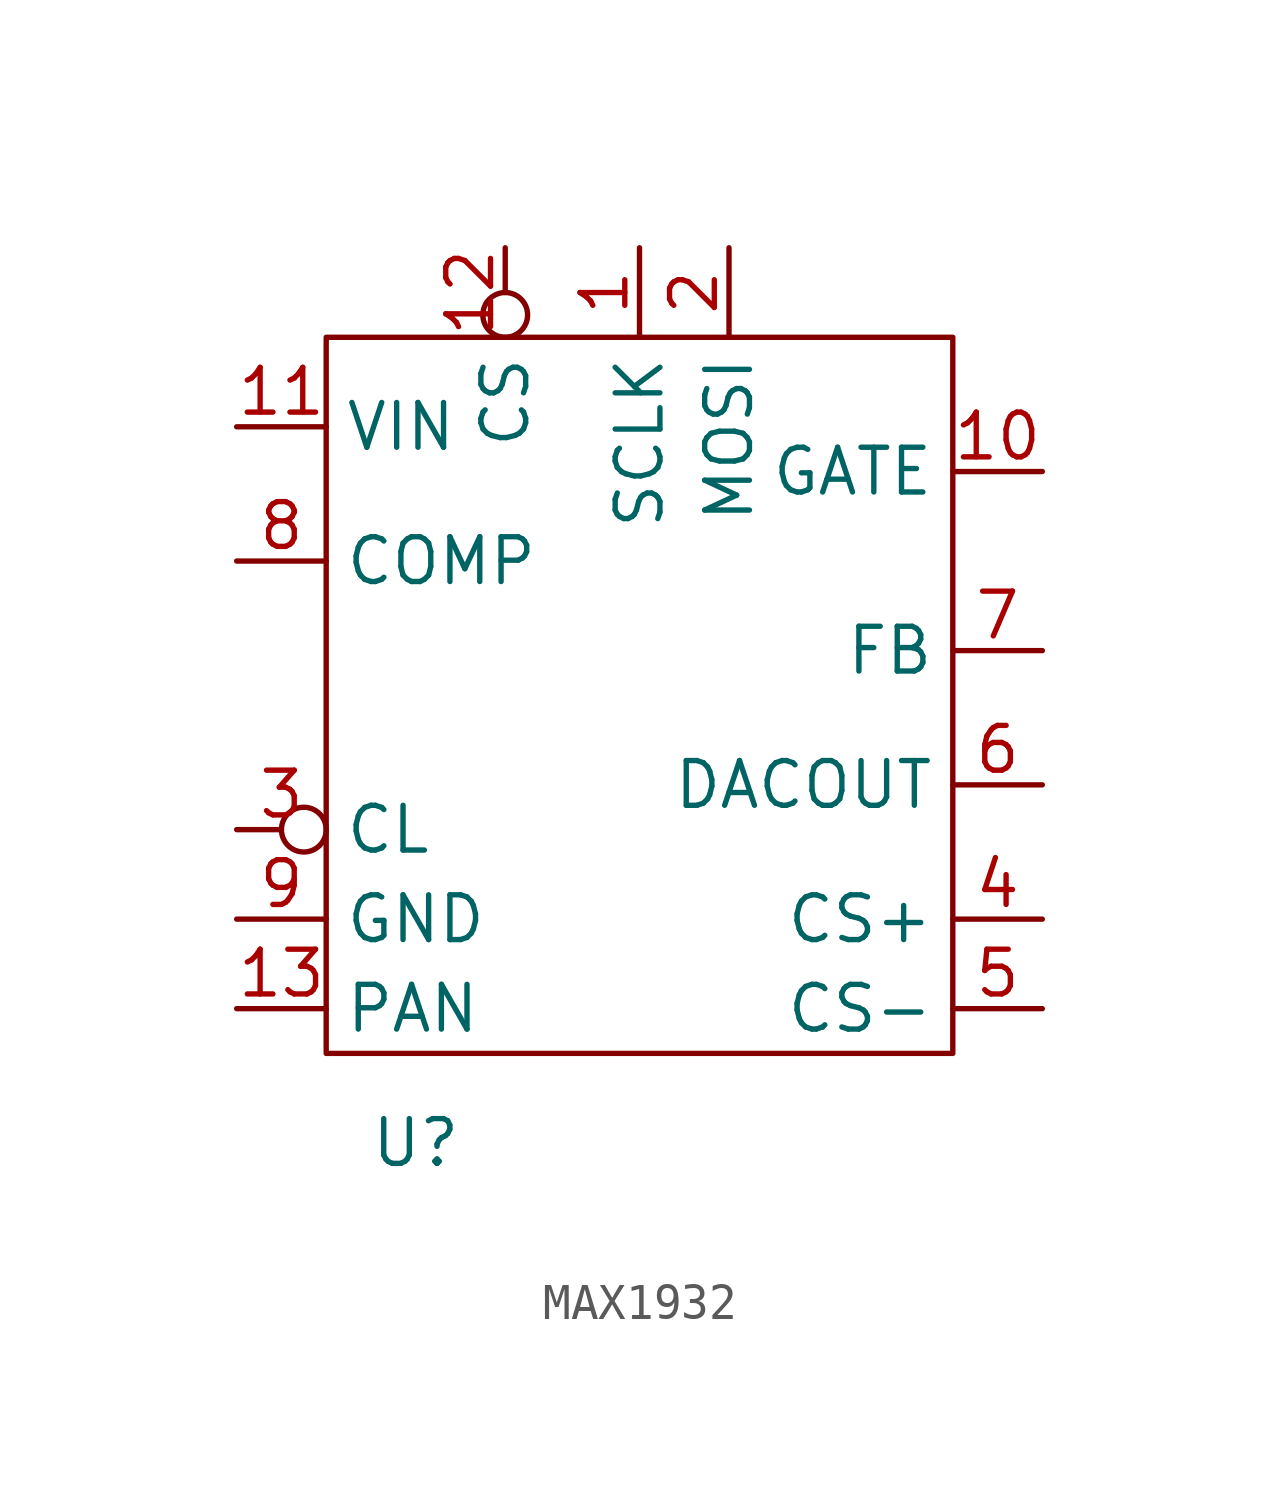
<source format=kicad_sym>
(kicad_symbol_lib
  (version 20220914)
  (generator kicad_symbol_editor)
  (symbol "MAX1932"
    (property "Reference" "U"
      (at -6.35 -12.7 0)
      (effects (font (size 1.27 1.27))))
    (property "Value" ""
      (at -2.54 0 0)
      (effects (font (size 1.27 1.27))))
    (symbol "MAX1932_0_1"
      (rectangle (start -8.89 10.16) (end 8.89 -10.16) (stroke (width 0) (type default)) (fill (type none))))
    (symbol "MAX1932_1_1"
      (pin input line (at 0 12.7 270) (length 2.54) (name "SCLK" (effects (font (size 1.27 1.27)))) (number "1" (effects (font (size 1.27 1.27)))))
      (pin input line (at 11.43 6.35 180) (length 2.54) (name "GATE" (effects (font (size 1.27 1.27)))) (number "10" (effects (font (size 1.27 1.27)))))
      (pin input line (at -11.43 7.62 0) (length 2.54) (name "VIN" (effects (font (size 1.27 1.27)))) (number "11" (effects (font (size 1.27 1.27)))))
      (pin input inverted (at -3.81 12.7 270) (length 2.54) (name "CS" (effects (font (size 1.27 1.27)))) (number "12" (effects (font (size 1.27 1.27)))))
      (pin input line (at -11.43 -8.89 0) (length 2.54) (name "PAN" (effects (font (size 1.27 1.27)))) (number "13" (effects (font (size 1.27 1.27)))))
      (pin input line (at 2.54 12.7 270) (length 2.54) (name "MOSI" (effects (font (size 1.27 1.27)))) (number "2" (effects (font (size 1.27 1.27)))))
      (pin input inverted (at -11.43 -3.81 0) (length 2.54) (name "CL" (effects (font (size 1.27 1.27)))) (number "3" (effects (font (size 1.27 1.27)))))
      (pin input line (at 11.43 -6.35 180) (length 2.54) (name "CS+" (effects (font (size 1.27 1.27)))) (number "4" (effects (font (size 1.27 1.27)))))
      (pin input line (at 11.43 -8.89 180) (length 2.54) (name "CS-" (effects (font (size 1.27 1.27)))) (number "5" (effects (font (size 1.27 1.27)))))
      (pin input line (at 11.43 -2.54 180) (length 2.54) (name "DACOUT" (effects (font (size 1.27 1.27)))) (number "6" (effects (font (size 1.27 1.27)))))
      (pin input line (at 11.43 1.27 180) (length 2.54) (name "FB" (effects (font (size 1.27 1.27)))) (number "7" (effects (font (size 1.27 1.27)))))
      (pin input line (at -11.43 3.81 0) (length 2.54) (name "COMP" (effects (font (size 1.27 1.27)))) (number "8" (effects (font (size 1.27 1.27)))))
      (pin input line (at -11.43 -6.35 0) (length 2.54) (name "GND" (effects (font (size 1.27 1.27)))) (number "9" (effects (font (size 1.27 1.27))))))))
</source>
